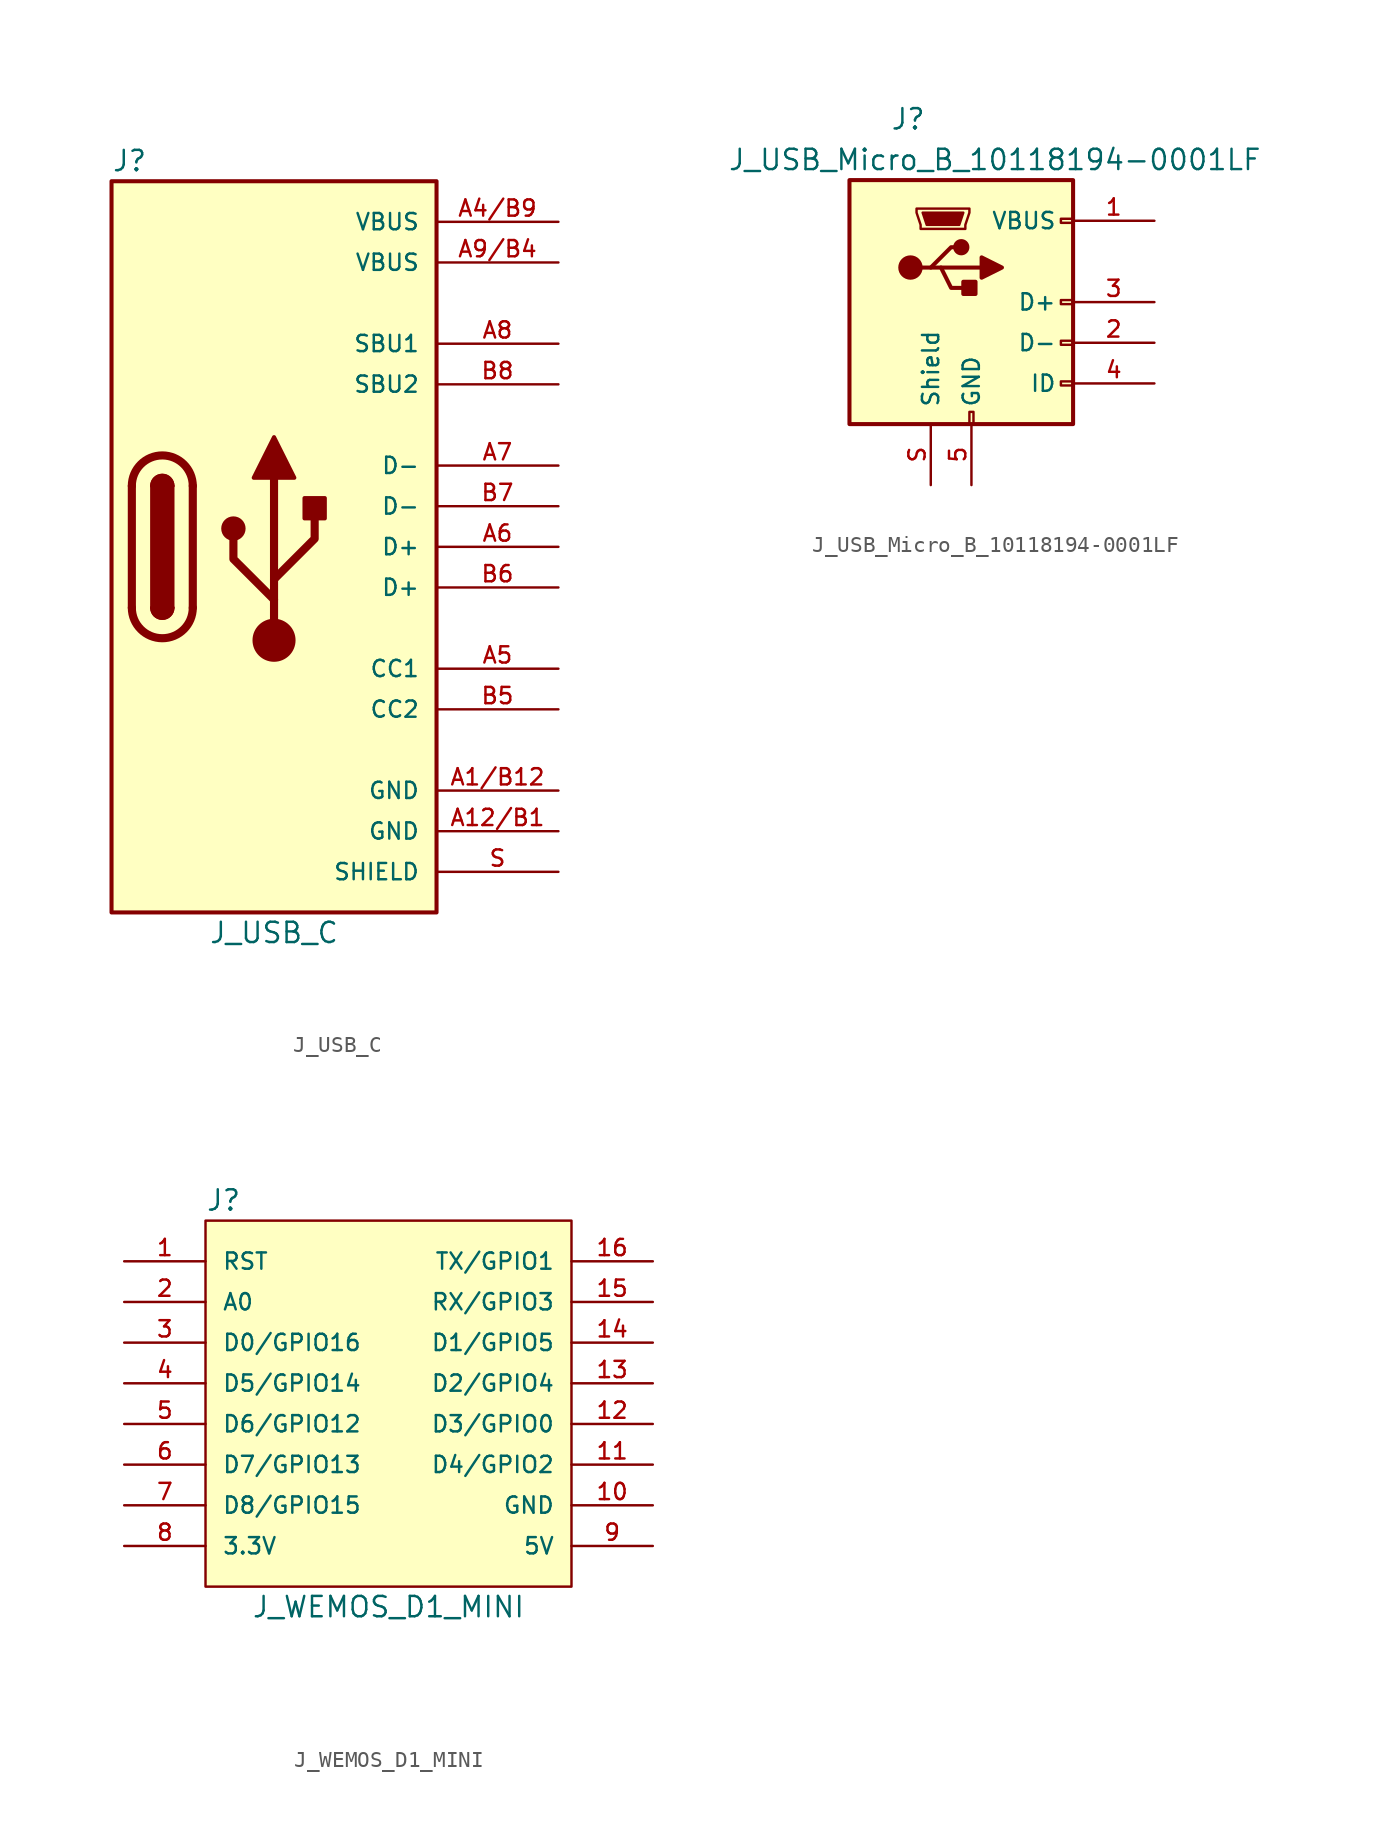
<source format=kicad_sym>
(kicad_symbol_lib
  (version 20231120)
  (generator "kicad_symbol_editor")
  (generator_version "8.0")
  (symbol "J_USB_C"
    (pin_names
      (offset 1.016))
    (property "Reference" "J"
      (at -10.16 24.13 0)
      (effects (font (size 1.27 1.27)) (justify left)))
    (property "Value" "J_USB_C"
      (at 0 -24.13 0)
      (effects (font (size 1.27 1.27))))
    (symbol "J_USB_C_0_1"
      (rectangle (start -10.16 22.86) (end 10.16 -22.86) (stroke (width 0.254) (type default)) (fill (type background)))
      (arc (start -8.89 -3.81) (mid -6.985 -5.7067) (end -5.08 -3.81) (stroke (width 0.508) (type default)) (fill (type none)))
      (arc (start -7.62 -3.81) (mid -6.985 -4.4423) (end -6.35 -3.81) (stroke (width 0.254) (type default)) (fill (type none)))
      (arc (start -7.62 -3.81) (mid -6.985 -4.4423) (end -6.35 -3.81) (stroke (width 0.254) (type default)) (fill (type outline)))
      (rectangle (start -7.62 -3.81) (end -6.35 3.81) (stroke (width 0.254) (type default)) (fill (type outline)))
      (arc (start -6.35 3.81) (mid -6.985 4.4423) (end -7.62 3.81) (stroke (width 0.254) (type default)) (fill (type none)))
      (arc (start -6.35 3.81) (mid -6.985 4.4423) (end -7.62 3.81) (stroke (width 0.254) (type default)) (fill (type outline)))
      (arc (start -5.08 3.81) (mid -6.985 5.7067) (end -8.89 3.81) (stroke (width 0.508) (type default)) (fill (type none)))
      (polyline (pts (xy -8.89 -3.81) (xy -8.89 3.81)) (stroke (width 0.508) (type default)) (fill (type none)))
      (polyline (pts (xy -5.08 3.81) (xy -5.08 -3.81)) (stroke (width 0.508) (type default)) (fill (type none))))
    (symbol "J_USB_C_1_1"
      (circle (center -2.54 1.143) (radius 0.635) (stroke (width 0.254) (type default)) (fill (type outline)))
      (circle (center 0 -5.842) (radius 1.27) (stroke (width 0) (type default)) (fill (type outline)))
      (polyline (pts (xy 0 -5.842) (xy 0 4.318)) (stroke (width 0.508) (type default)) (fill (type none)))
      (polyline (pts (xy 0 -3.302) (xy -2.54 -0.762) (xy -2.54 0.508)) (stroke (width 0.508) (type default)) (fill (type none)))
      (polyline (pts (xy 0 -2.032) (xy 2.54 0.508) (xy 2.54 1.778)) (stroke (width 0.508) (type default)) (fill (type none)))
      (polyline (pts (xy -1.27 4.318) (xy 0 6.858) (xy 1.27 4.318) (xy -1.27 4.318)) (stroke (width 0.254) (type default)) (fill (type outline)))
      (rectangle (start 1.905 1.778) (end 3.175 3.048) (stroke (width 0.254) (type default)) (fill (type outline)))
      (pin passive line (at 17.78 -15.24 180) (length 7.62) (name "GND" (effects (font (size 1.016 1.016)))) (number "A1/B12" (effects (font (size 1.016 1.016)))))
      (pin passive line (at 17.78 -17.78 180) (length 7.62) (name "GND" (effects (font (size 1.016 1.016)))) (number "A12/B1" (effects (font (size 1.016 1.016)))))
      (pin passive line (at 17.78 20.32 180) (length 7.62) (name "VBUS" (effects (font (size 1.016 1.016)))) (number "A4/B9" (effects (font (size 1.016 1.016)))))
      (pin bidirectional line (at 17.78 -7.62 180) (length 7.62) (name "CC1" (effects (font (size 1.016 1.016)))) (number "A5" (effects (font (size 1.016 1.016)))))
      (pin bidirectional line (at 17.78 0 180) (length 7.62) (name "D+" (effects (font (size 1.016 1.016)))) (number "A6" (effects (font (size 1.016 1.016)))))
      (pin bidirectional line (at 17.78 5.08 180) (length 7.62) (name "D-" (effects (font (size 1.016 1.016)))) (number "A7" (effects (font (size 1.016 1.016)))))
      (pin bidirectional line (at 17.78 12.7 180) (length 7.62) (name "SBU1" (effects (font (size 1.016 1.016)))) (number "A8" (effects (font (size 1.016 1.016)))))
      (pin passive line (at 17.78 17.78 180) (length 7.62) (name "VBUS" (effects (font (size 1.016 1.016)))) (number "A9/B4" (effects (font (size 1.016 1.016)))))
      (pin bidirectional line (at 17.78 -10.16 180) (length 7.62) (name "CC2" (effects (font (size 1.016 1.016)))) (number "B5" (effects (font (size 1.016 1.016)))))
      (pin bidirectional line (at 17.78 -2.54 180) (length 7.62) (name "D+" (effects (font (size 1.016 1.016)))) (number "B6" (effects (font (size 1.016 1.016)))))
      (pin bidirectional line (at 17.78 2.54 180) (length 7.62) (name "D-" (effects (font (size 1.016 1.016)))) (number "B7" (effects (font (size 1.016 1.016)))))
      (pin bidirectional line (at 17.78 10.16 180) (length 7.62) (name "SBU2" (effects (font (size 1.016 1.016)))) (number "B8" (effects (font (size 1.016 1.016)))))
      (pin passive line (at 17.78 -20.32 180) (length 7.62) (name "SHIELD" (effects (font (size 1.016 1.016)))) (number "S" (effects (font (size 1.016 1.016)))))))
  (symbol "J_USB_Micro_B_10118194-0001LF"
    (pin_names
      (offset 1.016))
    (property "Reference" "J"
      (at -5.08 11.43 0)
      (effects (font (size 1.27 1.27)) (justify left)))
    (property "Value" "J_USB_Micro_B_10118194-0001LF"
      (at -15.24 8.89 0)
      (effects (font (size 1.27 1.27)) (justify left)))
    (symbol "J_USB_Micro_B_10118194-0001LF_0_1"
      (rectangle (start -7.62 7.62) (end 6.35 -7.62) (stroke (width 0.254) (type default)) (fill (type background)))
      (circle (center -3.81 2.159) (radius 0.635) (stroke (width 0.254) (type default)) (fill (type outline)))
      (circle (center -0.635 3.429) (radius 0.381) (stroke (width 0.254) (type default)) (fill (type outline)))
      (rectangle (start -0.127 -7.62) (end 0.127 -6.858) (stroke (width 0) (type default)) (fill (type none)))
      (polyline (pts (xy -1.905 2.159) (xy 0.635 2.159)) (stroke (width 0.254) (type default)) (fill (type none)))
      (polyline (pts (xy -3.175 2.159) (xy -2.54 2.159) (xy -1.27 3.429) (xy -0.635 3.429)) (stroke (width 0.254) (type default)) (fill (type none)))
      (polyline (pts (xy -2.54 2.159) (xy -1.905 2.159) (xy -1.27 0.889) (xy 0 0.889)) (stroke (width 0.254) (type default)) (fill (type none)))
      (polyline (pts (xy 0.635 2.794) (xy 0.635 1.524) (xy 1.905 2.159) (xy 0.635 2.794)) (stroke (width 0.254) (type default)) (fill (type outline)))
      (polyline (pts (xy -3.048 5.588) (xy -0.508 5.588) (xy -0.762 4.826) (xy -2.794 4.826) (xy -3.048 5.588)) (stroke (width 0) (type default)) (fill (type outline)))
      (polyline (pts (xy -3.429 5.842) (xy -3.429 5.588) (xy -3.175 4.826) (xy -3.175 4.572) (xy -0.381 4.572) (xy -0.381 4.826) (xy -0.127 5.588) (xy -0.127 5.842) (xy -3.429 5.842)) (stroke (width 0) (type default)) (fill (type none)))
      (rectangle (start 0.254 1.27) (end -0.508 0.508) (stroke (width 0.254) (type default)) (fill (type outline)))
      (rectangle (start 6.35 -5.207) (end 5.588 -4.953) (stroke (width 0) (type default)) (fill (type none)))
      (rectangle (start 6.35 -2.667) (end 5.588 -2.413) (stroke (width 0) (type default)) (fill (type none)))
      (rectangle (start 6.35 -0.127) (end 5.588 0.127) (stroke (width 0) (type default)) (fill (type none)))
      (rectangle (start 6.35 4.953) (end 5.588 5.207) (stroke (width 0) (type default)) (fill (type none))))
    (symbol "J_USB_Micro_B_10118194-0001LF_1_1"
      (pin power_out line (at 11.43 5.08 180) (length 5.08) (name "VBUS" (effects (font (size 1.016 1.016)))) (number "1" (effects (font (size 1.016 1.016)))))
      (pin bidirectional line (at 11.43 -2.54 180) (length 5.08) (name "D-" (effects (font (size 1.016 1.016)))) (number "2" (effects (font (size 1.016 1.016)))))
      (pin bidirectional line (at 11.43 0 180) (length 5.08) (name "D+" (effects (font (size 1.016 1.016)))) (number "3" (effects (font (size 1.016 1.016)))))
      (pin passive line (at 11.43 -5.08 180) (length 5.08) (name "ID" (effects (font (size 1.016 1.016)))) (number "4" (effects (font (size 1.016 1.016)))))
      (pin power_out line (at 0 -11.43 90) (length 3.81) (name "GND" (effects (font (size 1.016 1.016)))) (number "5" (effects (font (size 1.016 1.016)))))
      (pin passive line (at -2.54 -11.43 90) (length 3.81) (name "Shield" (effects (font (size 1.016 1.016)))) (number "S" (effects (font (size 1.016 1.016)))))))
  (symbol "J_WEMOS_D1_MINI"
    (pin_names
      (offset 1.016))
    (property "Reference" "J"
      (at -11.43 12.7 0)
      (effects (font (size 1.27 1.27)) (justify left)))
    (property "Value" "J_WEMOS_D1_MINI"
      (at 0 -12.7 0)
      (effects (font (size 1.27 1.27))))
    (property "Footprint" ""
      (at 13.97 -17.78 0)
      (effects (font (size 1.524 1.524))))
    (property "Datasheet" ""
      (at 13.97 -17.78 0)
      (effects (font (size 1.524 1.524))))
    (symbol "J_WEMOS_D1_MINI_0_1"
      (rectangle (start -11.43 11.43) (end 11.43 -11.43) (stroke (width 0) (type default)) (fill (type background))))
    (symbol "J_WEMOS_D1_MINI_1_1"
      (pin bidirectional line (at -16.51 8.89 0) (length 5.08) (name "RST" (effects (font (size 1.016 1.016)))) (number "1" (effects (font (size 1.016 1.016)))))
      (pin power_in line (at 16.51 -6.35 180) (length 5.08) (name "GND" (effects (font (size 1.016 1.016)))) (number "10" (effects (font (size 1.016 1.016)))))
      (pin bidirectional line (at 16.51 -3.81 180) (length 5.08) (name "D4/GPIO2" (effects (font (size 1.016 1.016)))) (number "11" (effects (font (size 1.016 1.016)))))
      (pin bidirectional line (at 16.51 -1.27 180) (length 5.08) (name "D3/GPIO0" (effects (font (size 1.016 1.016)))) (number "12" (effects (font (size 1.016 1.016)))))
      (pin bidirectional line (at 16.51 1.27 180) (length 5.08) (name "D2/GPIO4" (effects (font (size 1.016 1.016)))) (number "13" (effects (font (size 1.016 1.016)))))
      (pin bidirectional line (at 16.51 3.81 180) (length 5.08) (name "D1/GPIO5" (effects (font (size 1.016 1.016)))) (number "14" (effects (font (size 1.016 1.016)))))
      (pin bidirectional line (at 16.51 6.35 180) (length 5.08) (name "RX/GPIO3" (effects (font (size 1.016 1.016)))) (number "15" (effects (font (size 1.016 1.016)))))
      (pin bidirectional line (at 16.51 8.89 180) (length 5.08) (name "TX/GPIO1" (effects (font (size 1.016 1.016)))) (number "16" (effects (font (size 1.016 1.016)))))
      (pin bidirectional line (at -16.51 6.35 0) (length 5.08) (name "A0" (effects (font (size 1.016 1.016)))) (number "2" (effects (font (size 1.016 1.016)))))
      (pin bidirectional line (at -16.51 3.81 0) (length 5.08) (name "D0/GPIO16" (effects (font (size 1.016 1.016)))) (number "3" (effects (font (size 1.016 1.016)))))
      (pin bidirectional line (at -16.51 1.27 0) (length 5.08) (name "D5/GPIO14" (effects (font (size 1.016 1.016)))) (number "4" (effects (font (size 1.016 1.016)))))
      (pin bidirectional line (at -16.51 -1.27 0) (length 5.08) (name "D6/GPIO12" (effects (font (size 1.016 1.016)))) (number "5" (effects (font (size 1.016 1.016)))))
      (pin bidirectional line (at -16.51 -3.81 0) (length 5.08) (name "D7/GPIO13" (effects (font (size 1.016 1.016)))) (number "6" (effects (font (size 1.016 1.016)))))
      (pin bidirectional line (at -16.51 -6.35 0) (length 5.08) (name "D8/GPIO15" (effects (font (size 1.016 1.016)))) (number "7" (effects (font (size 1.016 1.016)))))
      (pin power_out line (at -16.51 -8.89 0) (length 5.08) (name "3.3V" (effects (font (size 1.016 1.016)))) (number "8" (effects (font (size 1.016 1.016)))))
      (pin power_in line (at 16.51 -8.89 180) (length 5.08) (name "5V" (effects (font (size 1.016 1.016)))) (number "9" (effects (font (size 1.016 1.016))))))))
</source>
